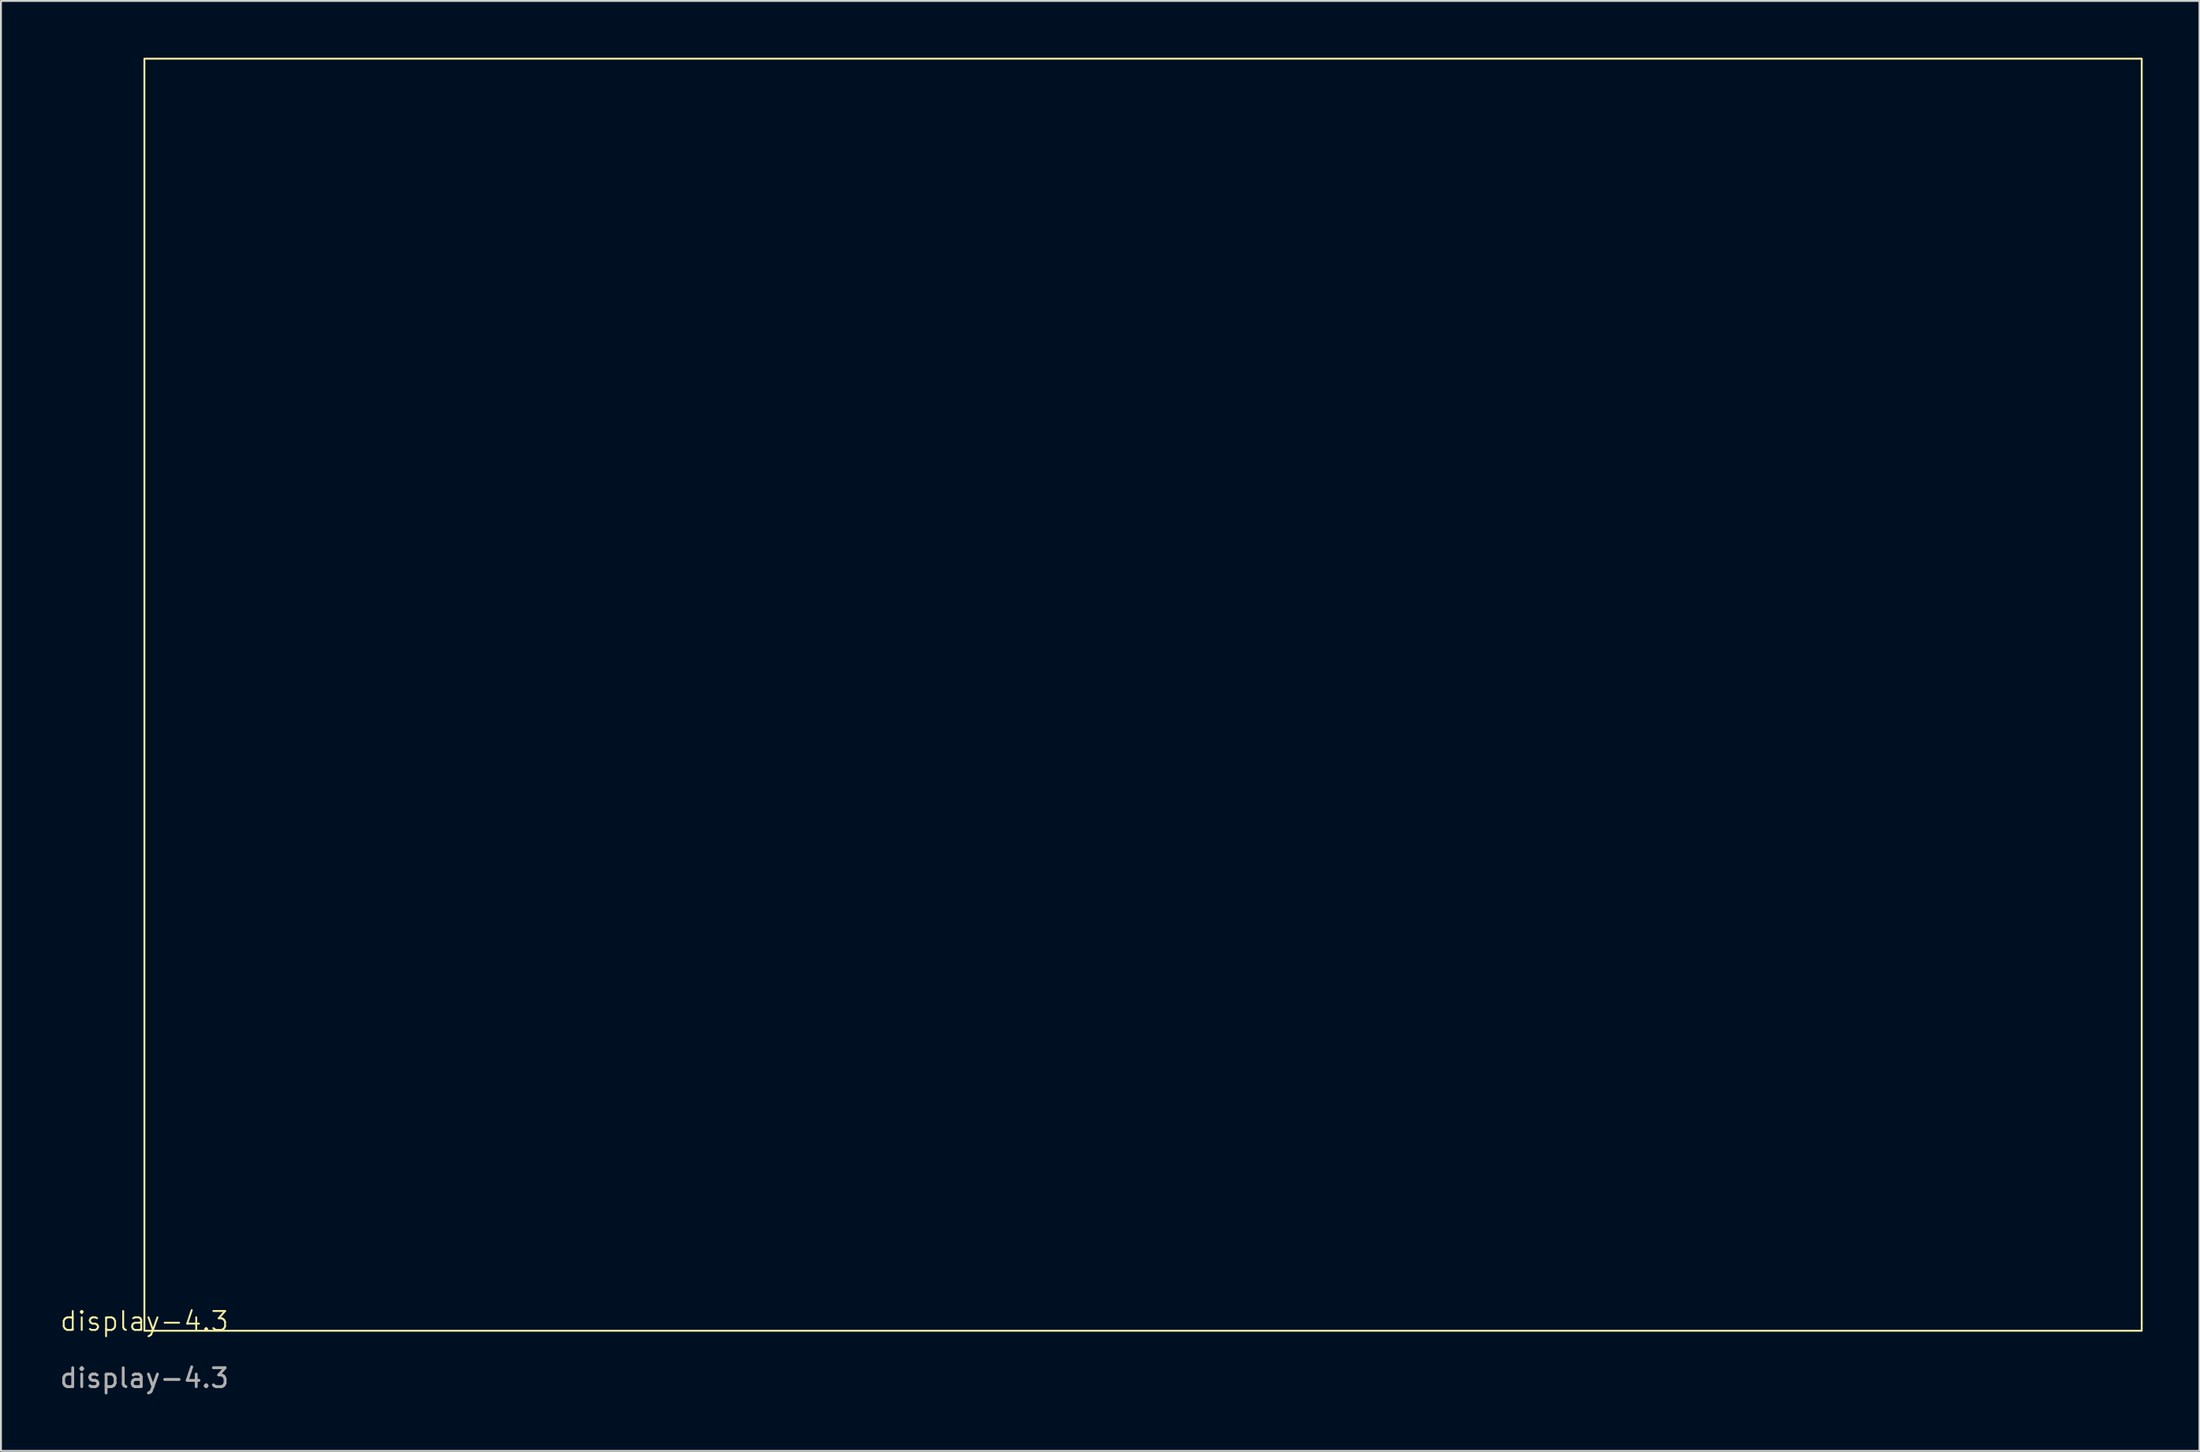
<source format=kicad_pcb>
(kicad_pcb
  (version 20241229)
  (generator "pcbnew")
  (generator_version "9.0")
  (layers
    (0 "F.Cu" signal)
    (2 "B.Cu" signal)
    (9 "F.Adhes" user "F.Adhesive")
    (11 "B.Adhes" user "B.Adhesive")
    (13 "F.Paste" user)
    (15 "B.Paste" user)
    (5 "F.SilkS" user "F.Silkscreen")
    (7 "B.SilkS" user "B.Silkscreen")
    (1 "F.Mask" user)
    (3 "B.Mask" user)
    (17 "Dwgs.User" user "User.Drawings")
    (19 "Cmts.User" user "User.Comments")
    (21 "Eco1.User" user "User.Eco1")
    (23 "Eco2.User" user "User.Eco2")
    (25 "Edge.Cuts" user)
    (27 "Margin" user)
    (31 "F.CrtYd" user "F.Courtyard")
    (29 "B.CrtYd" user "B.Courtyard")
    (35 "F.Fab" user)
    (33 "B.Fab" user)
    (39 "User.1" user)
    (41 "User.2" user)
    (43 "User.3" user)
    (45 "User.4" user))
  (footprint "display-4.3"
    (layer "F.Cu")
    (at 4.577 67.25)
    (property "Reference" "display-4.3" (at 0 -0.5 0) (unlocked yes) (layer "F.SilkS") (effects (font (size 1 1) (thickness 0.1))))
    (attr smd)
    (fp_rect (start 0 -67.2) (end 105.5 0) (stroke (width 0.1) (type solid)) (fill no) (layer "F.SilkS"))
    (fp_text user "${REFERENCE}" (at 0 2.5 0) (unlocked yes) (layer "F.Fab") (effects (font (size 1 1) (thickness 0.15)))))
  (gr_rect
    (start -3 -3)
    (end 113.127 73.598)
    (stroke (width 0.1) (type default))
    (fill no)
    (layer "Edge.Cuts")))
</source>
